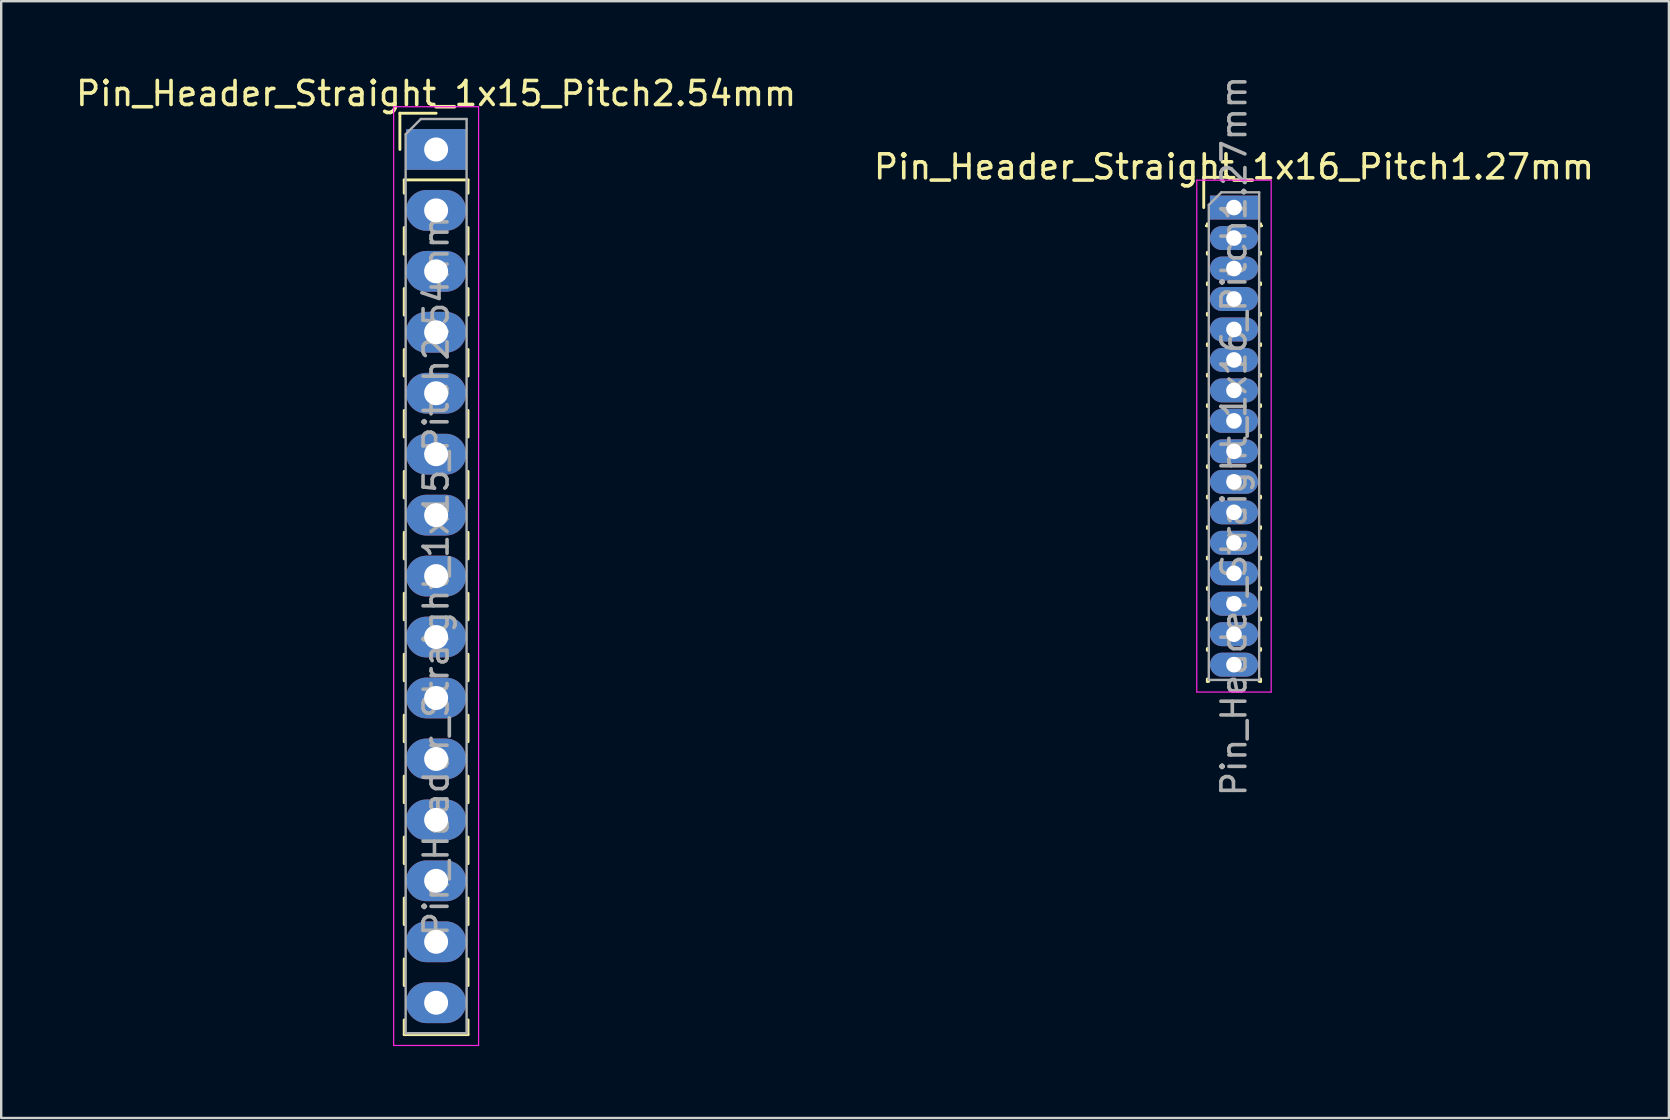
<source format=kicad_pcb>
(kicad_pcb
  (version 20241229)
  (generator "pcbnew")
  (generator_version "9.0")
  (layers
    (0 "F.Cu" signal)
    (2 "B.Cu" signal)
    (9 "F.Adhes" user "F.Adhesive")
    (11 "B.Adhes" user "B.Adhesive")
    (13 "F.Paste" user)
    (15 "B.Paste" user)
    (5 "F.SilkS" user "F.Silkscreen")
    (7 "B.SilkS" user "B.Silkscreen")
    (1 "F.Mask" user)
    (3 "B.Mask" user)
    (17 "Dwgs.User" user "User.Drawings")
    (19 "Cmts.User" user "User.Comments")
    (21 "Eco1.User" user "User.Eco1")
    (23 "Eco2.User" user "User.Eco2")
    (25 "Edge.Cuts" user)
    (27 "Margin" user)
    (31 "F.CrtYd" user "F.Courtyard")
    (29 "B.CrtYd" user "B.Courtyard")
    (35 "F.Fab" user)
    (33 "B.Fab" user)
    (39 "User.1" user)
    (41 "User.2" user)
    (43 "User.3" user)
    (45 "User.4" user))
  (footprint "Pin_Header_Straight_1x15_Pitch2.54mm"
    (layer "F.Cu")
    (at 15.125 3.178)
    (property "Reference" "Pin_Header_Straight_1x15_Pitch2.54mm" (at 0 -2.33 0) (layer "F.SilkS") (effects (font (size 1 1) (thickness 0.15))))
    (attr through_hole)
    (fp_line (start -1.51 -1.51) (end 0 -1.51) (stroke (width 0.12) (type solid)) (layer "F.SilkS"))
    (fp_line (start -1.51 0) (end -1.51 -1.51) (stroke (width 0.12) (type solid)) (layer "F.SilkS"))
    (fp_line (start -1.33 1.27) (end -1.33 1.825) (stroke (width 0.12) (type solid)) (layer "F.SilkS"))
    (fp_line (start -1.33 1.27) (end 1.33 1.27) (stroke (width 0.12) (type solid)) (layer "F.SilkS"))
    (fp_line (start -1.33 3.255) (end -1.33 4.365) (stroke (width 0.12) (type solid)) (layer "F.SilkS"))
    (fp_line (start -1.33 5.795) (end -1.33 6.905) (stroke (width 0.12) (type solid)) (layer "F.SilkS"))
    (fp_line (start -1.33 8.335) (end -1.33 9.445) (stroke (width 0.12) (type solid)) (layer "F.SilkS"))
    (fp_line (start -1.33 10.875) (end -1.33 11.985) (stroke (width 0.12) (type solid)) (layer "F.SilkS"))
    (fp_line (start -1.33 13.415) (end -1.33 14.525) (stroke (width 0.12) (type solid)) (layer "F.SilkS"))
    (fp_line (start -1.33 15.955) (end -1.33 17.065) (stroke (width 0.12) (type solid)) (layer "F.SilkS"))
    (fp_line (start -1.33 18.495) (end -1.33 19.605) (stroke (width 0.12) (type solid)) (layer "F.SilkS"))
    (fp_line (start -1.33 21.035) (end -1.33 22.145) (stroke (width 0.12) (type solid)) (layer "F.SilkS"))
    (fp_line (start -1.33 23.575) (end -1.33 24.685) (stroke (width 0.12) (type solid)) (layer "F.SilkS"))
    (fp_line (start -1.33 26.115) (end -1.33 27.225) (stroke (width 0.12) (type solid)) (layer "F.SilkS"))
    (fp_line (start -1.33 28.655) (end -1.33 29.765) (stroke (width 0.12) (type solid)) (layer "F.SilkS"))
    (fp_line (start -1.33 31.195) (end -1.33 32.305) (stroke (width 0.12) (type solid)) (layer "F.SilkS"))
    (fp_line (start -1.33 33.735) (end -1.33 34.845) (stroke (width 0.12) (type solid)) (layer "F.SilkS"))
    (fp_line (start -1.33 36.275) (end -1.33 36.89) (stroke (width 0.12) (type solid)) (layer "F.SilkS"))
    (fp_line (start -1.33 36.89) (end 1.33 36.89) (stroke (width 0.12) (type solid)) (layer "F.SilkS"))
    (fp_line (start 1.33 1.27) (end 1.33 1.825) (stroke (width 0.12) (type solid)) (layer "F.SilkS"))
    (fp_line (start 1.33 3.255) (end 1.33 4.365) (stroke (width 0.12) (type solid)) (layer "F.SilkS"))
    (fp_line (start 1.33 5.795) (end 1.33 6.905) (stroke (width 0.12) (type solid)) (layer "F.SilkS"))
    (fp_line (start 1.33 8.335) (end 1.33 9.445) (stroke (width 0.12) (type solid)) (layer "F.SilkS"))
    (fp_line (start 1.33 10.875) (end 1.33 11.985) (stroke (width 0.12) (type solid)) (layer "F.SilkS"))
    (fp_line (start 1.33 13.415) (end 1.33 14.525) (stroke (width 0.12) (type solid)) (layer "F.SilkS"))
    (fp_line (start 1.33 15.955) (end 1.33 17.065) (stroke (width 0.12) (type solid)) (layer "F.SilkS"))
    (fp_line (start 1.33 18.495) (end 1.33 19.605) (stroke (width 0.12) (type solid)) (layer "F.SilkS"))
    (fp_line (start 1.33 21.035) (end 1.33 22.145) (stroke (width 0.12) (type solid)) (layer "F.SilkS"))
    (fp_line (start 1.33 23.575) (end 1.33 24.685) (stroke (width 0.12) (type solid)) (layer "F.SilkS"))
    (fp_line (start 1.33 26.115) (end 1.33 27.225) (stroke (width 0.12) (type solid)) (layer "F.SilkS"))
    (fp_line (start 1.33 28.655) (end 1.33 29.765) (stroke (width 0.12) (type solid)) (layer "F.SilkS"))
    (fp_line (start 1.33 31.195) (end 1.33 32.305) (stroke (width 0.12) (type solid)) (layer "F.SilkS"))
    (fp_line (start 1.33 33.735) (end 1.33 34.845) (stroke (width 0.12) (type solid)) (layer "F.SilkS"))
    (fp_line (start 1.33 36.275) (end 1.33 36.89) (stroke (width 0.12) (type solid)) (layer "F.SilkS"))
    (fp_line (start -1.77 -1.78) (end -1.77 37.34) (stroke (width 0.05) (type solid)) (layer "F.CrtYd"))
    (fp_line (start -1.77 37.34) (end 1.77 37.34) (stroke (width 0.05) (type solid)) (layer "F.CrtYd"))
    (fp_line (start 1.77 -1.78) (end -1.77 -1.78) (stroke (width 0.05) (type solid)) (layer "F.CrtYd"))
    (fp_line (start 1.77 37.34) (end 1.77 -1.78) (stroke (width 0.05) (type solid)) (layer "F.CrtYd"))
    (fp_line (start -1.27 -0.635) (end -0.635 -1.27) (stroke (width 0.1) (type solid)) (layer "F.Fab"))
    (fp_line (start -1.27 36.83) (end -1.27 -0.635) (stroke (width 0.1) (type solid)) (layer "F.Fab"))
    (fp_line (start -0.635 -1.27) (end 1.27 -1.27) (stroke (width 0.1) (type solid)) (layer "F.Fab"))
    (fp_line (start 1.27 -1.27) (end 1.27 36.83) (stroke (width 0.1) (type solid)) (layer "F.Fab"))
    (fp_line (start 1.27 36.83) (end -1.27 36.83) (stroke (width 0.1) (type solid)) (layer "F.Fab"))
    (fp_text user "${REFERENCE}" (at 0 17.78 90) (layer "F.Fab") (effects (font (size 1 1) (thickness 0.15))))
    (pad "1" thru_hole rect (at 0 0) (size 2.5 1.7) (drill 1) (layers "*.Cu" "*.Mask"))
    (pad "2" thru_hole oval (at 0 2.54) (size 2.5 1.7) (drill 1) (layers "*.Cu" "*.Mask"))
    (pad "3" thru_hole oval (at 0 5.08) (size 2.5 1.7) (drill 1) (layers "*.Cu" "*.Mask"))
    (pad "4" thru_hole oval (at 0 7.62) (size 2.5 1.7) (drill 1) (layers "*.Cu" "*.Mask"))
    (pad "5" thru_hole oval (at 0 10.16) (size 2.5 1.7) (drill 1) (layers "*.Cu" "*.Mask"))
    (pad "6" thru_hole oval (at 0 12.7) (size 2.5 1.7) (drill 1) (layers "*.Cu" "*.Mask"))
    (pad "7" thru_hole oval (at 0 15.24) (size 2.5 1.7) (drill 1) (layers "*.Cu" "*.Mask"))
    (pad "8" thru_hole oval (at 0 17.78) (size 2.5 1.7) (drill 1) (layers "*.Cu" "*.Mask"))
    (pad "9" thru_hole oval (at 0 20.32) (size 2.5 1.7) (drill 1) (layers "*.Cu" "*.Mask"))
    (pad "10" thru_hole oval (at 0 22.86) (size 2.5 1.7) (drill 1) (layers "*.Cu" "*.Mask"))
    (pad "11" thru_hole oval (at 0 25.4) (size 2.5 1.7) (drill 1) (layers "*.Cu" "*.Mask"))
    (pad "12" thru_hole oval (at 0 27.94) (size 2.5 1.7) (drill 1) (layers "*.Cu" "*.Mask"))
    (pad "13" thru_hole oval (at 0 30.48) (size 2.5 1.7) (drill 1) (layers "*.Cu" "*.Mask"))
    (pad "14" thru_hole oval (at 0 33.02) (size 2.5 1.7) (drill 1) (layers "*.Cu" "*.Mask"))
    (pad "15" thru_hole oval (at 0 35.56) (size 2.5 1.7) (drill 1) (layers "*.Cu" "*.Mask")))
  (footprint "Pin_Header_Straight_1x16_Pitch1.27mm"
    (layer "F.Cu")
    (at 48.375 5.6)
    (property "Reference" "Pin_Header_Straight_1x16_Pitch1.27mm" (at 0 -1.695 0) (layer "F.SilkS") (effects (font (size 1 1) (thickness 0.15))))
    (attr through_hole)
    (fp_line (start -1.26 -1.26) (end 0 -1.26) (stroke (width 0.12) (type solid)) (layer "F.SilkS"))
    (fp_line (start -1.26 0) (end -1.26 -1.26) (stroke (width 0.12) (type solid)) (layer "F.SilkS"))
    (fp_line (start -1.11 0.76) (end -1.152 0.76) (stroke (width 0.12) (type solid)) (layer "F.SilkS"))
    (fp_line (start -1.11 0.76) (end -1.11 0.674) (stroke (width 0.12) (type solid)) (layer "F.SilkS"))
    (fp_line (start -1.11 1.866) (end -1.11 1.944) (stroke (width 0.12) (type solid)) (layer "F.SilkS"))
    (fp_line (start -1.11 3.136) (end -1.11 3.214) (stroke (width 0.12) (type solid)) (layer "F.SilkS"))
    (fp_line (start -1.11 4.406) (end -1.11 4.484) (stroke (width 0.12) (type solid)) (layer "F.SilkS"))
    (fp_line (start -1.11 5.676) (end -1.11 5.754) (stroke (width 0.12) (type solid)) (layer "F.SilkS"))
    (fp_line (start -1.11 6.946) (end -1.11 7.024) (stroke (width 0.12) (type solid)) (layer "F.SilkS"))
    (fp_line (start -1.11 8.216) (end -1.11 8.294) (stroke (width 0.12) (type solid)) (layer "F.SilkS"))
    (fp_line (start -1.11 9.486) (end -1.11 9.564) (stroke (width 0.12) (type solid)) (layer "F.SilkS"))
    (fp_line (start -1.11 10.756) (end -1.11 10.834) (stroke (width 0.12) (type solid)) (layer "F.SilkS"))
    (fp_line (start -1.11 12.026) (end -1.11 12.104) (stroke (width 0.12) (type solid)) (layer "F.SilkS"))
    (fp_line (start -1.11 13.296) (end -1.11 13.374) (stroke (width 0.12) (type solid)) (layer "F.SilkS"))
    (fp_line (start -1.11 14.566) (end -1.11 14.644) (stroke (width 0.12) (type solid)) (layer "F.SilkS"))
    (fp_line (start -1.11 15.836) (end -1.11 15.914) (stroke (width 0.12) (type solid)) (layer "F.SilkS"))
    (fp_line (start -1.11 17.106) (end -1.11 17.184) (stroke (width 0.12) (type solid)) (layer "F.SilkS"))
    (fp_line (start -1.11 18.376) (end -1.11 18.454) (stroke (width 0.12) (type solid)) (layer "F.SilkS"))
    (fp_line (start -1.11 19.646) (end -1.11 19.745) (stroke (width 0.12) (type solid)) (layer "F.SilkS"))
    (fp_line (start -1.11 19.745) (end -1.051 19.745) (stroke (width 0.12) (type solid)) (layer "F.SilkS"))
    (fp_line (start 1.051 19.745) (end 1.11 19.745) (stroke (width 0.12) (type solid)) (layer "F.SilkS"))
    (fp_line (start 1.11 0.76) (end 1.11 0.674) (stroke (width 0.12) (type solid)) (layer "F.SilkS"))
    (fp_line (start 1.11 1.866) (end 1.11 1.944) (stroke (width 0.12) (type solid)) (layer "F.SilkS"))
    (fp_line (start 1.11 3.136) (end 1.11 3.214) (stroke (width 0.12) (type solid)) (layer "F.SilkS"))
    (fp_line (start 1.11 4.406) (end 1.11 4.484) (stroke (width 0.12) (type solid)) (layer "F.SilkS"))
    (fp_line (start 1.11 5.676) (end 1.11 5.754) (stroke (width 0.12) (type solid)) (layer "F.SilkS"))
    (fp_line (start 1.11 6.946) (end 1.11 7.024) (stroke (width 0.12) (type solid)) (layer "F.SilkS"))
    (fp_line (start 1.11 8.216) (end 1.11 8.294) (stroke (width 0.12) (type solid)) (layer "F.SilkS"))
    (fp_line (start 1.11 9.486) (end 1.11 9.564) (stroke (width 0.12) (type solid)) (layer "F.SilkS"))
    (fp_line (start 1.11 10.756) (end 1.11 10.834) (stroke (width 0.12) (type solid)) (layer "F.SilkS"))
    (fp_line (start 1.11 12.026) (end 1.11 12.104) (stroke (width 0.12) (type solid)) (layer "F.SilkS"))
    (fp_line (start 1.11 13.296) (end 1.11 13.374) (stroke (width 0.12) (type solid)) (layer "F.SilkS"))
    (fp_line (start 1.11 14.566) (end 1.11 14.644) (stroke (width 0.12) (type solid)) (layer "F.SilkS"))
    (fp_line (start 1.11 15.836) (end 1.11 15.914) (stroke (width 0.12) (type solid)) (layer "F.SilkS"))
    (fp_line (start 1.11 17.106) (end 1.11 17.184) (stroke (width 0.12) (type solid)) (layer "F.SilkS"))
    (fp_line (start 1.11 18.376) (end 1.11 18.454) (stroke (width 0.12) (type solid)) (layer "F.SilkS"))
    (fp_line (start 1.11 19.646) (end 1.11 19.745) (stroke (width 0.12) (type solid)) (layer "F.SilkS"))
    (fp_line (start 1.152 0.76) (end 1.11 0.76) (stroke (width 0.12) (type solid)) (layer "F.SilkS"))
    (fp_line (start -1.55 -1.14) (end -1.55 20.19) (stroke (width 0.05) (type solid)) (layer "F.CrtYd"))
    (fp_line (start -1.55 20.19) (end 1.55 20.19) (stroke (width 0.05) (type solid)) (layer "F.CrtYd"))
    (fp_line (start 1.55 -1.14) (end -1.55 -1.14) (stroke (width 0.05) (type solid)) (layer "F.CrtYd"))
    (fp_line (start 1.55 20.19) (end 1.55 -1.14) (stroke (width 0.05) (type solid)) (layer "F.CrtYd"))
    (fp_line (start -1.05 -0.11) (end -0.525 -0.635) (stroke (width 0.1) (type solid)) (layer "F.Fab"))
    (fp_line (start -1.05 19.685) (end -1.05 -0.11) (stroke (width 0.1) (type solid)) (layer "F.Fab"))
    (fp_line (start -0.525 -0.635) (end 1.05 -0.635) (stroke (width 0.1) (type solid)) (layer "F.Fab"))
    (fp_line (start 1.05 -0.635) (end 1.05 19.685) (stroke (width 0.1) (type solid)) (layer "F.Fab"))
    (fp_line (start 1.05 19.685) (end -1.05 19.685) (stroke (width 0.1) (type solid)) (layer "F.Fab"))
    (fp_text user "${REFERENCE}" (at 0 9.525 90) (layer "F.Fab") (effects (font (size 1 1) (thickness 0.15))))
    (pad "1" thru_hole rect (at 0 0) (size 2 1) (drill 0.65) (layers "*.Cu" "*.Mask"))
    (pad "2" thru_hole oval (at 0 1.27) (size 2 1) (drill 0.65) (layers "*.Cu" "*.Mask"))
    (pad "3" thru_hole oval (at 0 2.54) (size 2 1) (drill 0.65) (layers "*.Cu" "*.Mask"))
    (pad "4" thru_hole oval (at 0 3.81) (size 2 1) (drill 0.65) (layers "*.Cu" "*.Mask"))
    (pad "5" thru_hole oval (at 0 5.08) (size 2 1) (drill 0.65) (layers "*.Cu" "*.Mask"))
    (pad "6" thru_hole oval (at 0 6.35) (size 2 1) (drill 0.65) (layers "*.Cu" "*.Mask"))
    (pad "7" thru_hole oval (at 0 7.62) (size 2 1) (drill 0.65) (layers "*.Cu" "*.Mask"))
    (pad "8" thru_hole oval (at 0 8.89) (size 2 1) (drill 0.65) (layers "*.Cu" "*.Mask"))
    (pad "9" thru_hole oval (at 0 10.16) (size 2 1) (drill 0.65) (layers "*.Cu" "*.Mask"))
    (pad "10" thru_hole oval (at 0 11.43) (size 2 1) (drill 0.65) (layers "*.Cu" "*.Mask"))
    (pad "11" thru_hole oval (at 0 12.7) (size 2 1) (drill 0.65) (layers "*.Cu" "*.Mask"))
    (pad "12" thru_hole oval (at 0 13.97) (size 2 1) (drill 0.65) (layers "*.Cu" "*.Mask"))
    (pad "13" thru_hole oval (at 0 15.24) (size 2 1) (drill 0.65) (layers "*.Cu" "*.Mask"))
    (pad "14" thru_hole oval (at 0 16.51) (size 2 1) (drill 0.65) (layers "*.Cu" "*.Mask"))
    (pad "15" thru_hole oval (at 0 17.78) (size 2 1) (drill 0.65) (layers "*.Cu" "*.Mask"))
    (pad "16" thru_hole oval (at 0 19.05) (size 2 1) (drill 0.65) (layers "*.Cu" "*.Mask")))
  (gr_rect
    (start -3 -3)
    (end 66.5 43.543)
    (stroke (width 0.1) (type default))
    (fill no)
    (layer "Edge.Cuts")))
</source>
